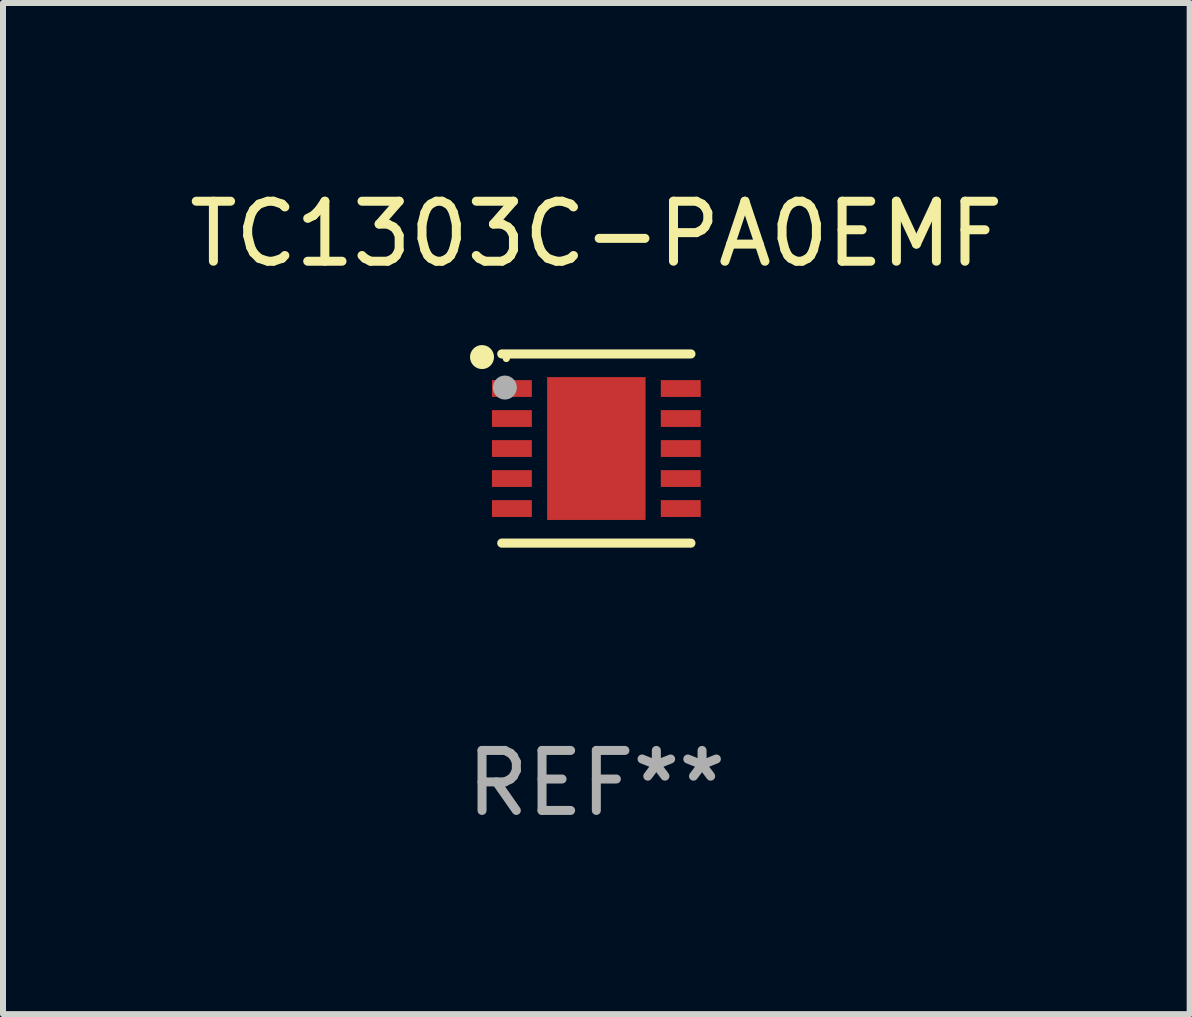
<source format=kicad_pcb>
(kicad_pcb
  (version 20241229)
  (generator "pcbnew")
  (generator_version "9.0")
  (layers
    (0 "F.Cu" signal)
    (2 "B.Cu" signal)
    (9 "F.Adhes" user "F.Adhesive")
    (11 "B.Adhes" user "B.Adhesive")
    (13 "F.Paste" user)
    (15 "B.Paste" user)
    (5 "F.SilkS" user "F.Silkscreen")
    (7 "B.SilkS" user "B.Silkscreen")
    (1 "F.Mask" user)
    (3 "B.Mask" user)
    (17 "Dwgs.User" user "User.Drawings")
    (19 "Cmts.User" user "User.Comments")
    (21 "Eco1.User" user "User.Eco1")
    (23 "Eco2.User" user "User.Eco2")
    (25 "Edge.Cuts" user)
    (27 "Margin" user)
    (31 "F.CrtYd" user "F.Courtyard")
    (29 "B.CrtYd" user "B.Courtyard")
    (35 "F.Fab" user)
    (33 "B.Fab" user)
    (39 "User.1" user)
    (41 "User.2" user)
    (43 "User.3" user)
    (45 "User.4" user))
  (footprint "TC1303C-PA0EMF"
    (layer "F.Cu")
    (at 6.887 4.424)
    (property "Reference" "TC1303C-PA0EMF" (at 0 -3.576 0) (layer "F.SilkS") (effects (font (size 1 1) (thickness 0.15))))
    (attr through_hole)
    (fp_line (start -1.576 -1.576) (end 1.576 -1.576) (stroke (width 0.152) (type solid)) (layer "F.SilkS"))
    (fp_line (start -1.576 1.576) (end 1.576 1.576) (stroke (width 0.152) (type solid)) (layer "F.SilkS"))
    (fp_circle (center -1.905 -1.524) (end -1.805 -1.524) (stroke (width 0.2) (type solid)) (fill no) (layer "F.SilkS"))
    (fp_circle (center -1.5 -1.5) (end -1.47 -1.5) (stroke (width 0.06) (type solid)) (fill no) (layer "F.SilkS"))
    (fp_circle (center -1.524 -1.016) (end -1.424 -1.016) (stroke (width 0.2) (type solid)) (fill no) (layer "F.Fab"))
    (fp_text user "REF**" (at 0 5.576 0) (layer "F.Fab") (effects (font (size 1 1) (thickness 0.15))))
    (pad "1" smd rect (at -1.407 -1) (size 0.665 0.28) (layers "F.Cu" "F.Mask" "F.Paste"))
    (pad "2" smd rect (at -1.407 -0.5) (size 0.665 0.28) (layers "F.Cu" "F.Mask" "F.Paste"))
    (pad "3" smd rect (at -1.407 0) (size 0.665 0.28) (layers "F.Cu" "F.Mask" "F.Paste"))
    (pad "4" smd rect (at -1.407 0.5) (size 0.665 0.28) (layers "F.Cu" "F.Mask" "F.Paste"))
    (pad "5" smd rect (at -1.407 1) (size 0.665 0.28) (layers "F.Cu" "F.Mask" "F.Paste"))
    (pad "6" smd rect (at 1.407 1) (size 0.665 0.28) (layers "F.Cu" "F.Mask" "F.Paste"))
    (pad "7" smd rect (at 1.407 0.5) (size 0.665 0.28) (layers "F.Cu" "F.Mask" "F.Paste"))
    (pad "8" smd rect (at 1.407 0) (size 0.665 0.28) (layers "F.Cu" "F.Mask" "F.Paste"))
    (pad "9" smd rect (at 1.407 -0.5) (size 0.665 0.28) (layers "F.Cu" "F.Mask" "F.Paste"))
    (pad "10" smd rect (at 1.407 -1) (size 0.665 0.28) (layers "F.Cu" "F.Mask" "F.Paste"))
    (pad "11" smd rect (at 0 0) (size 1.64 2.38) (layers "F.Cu" "F.Mask" "F.Paste")))
  (gr_rect
    (start -3 -3)
    (end 16.774 13.849)
    (stroke (width 0.1) (type default))
    (fill no)
    (layer "Edge.Cuts")))
</source>
